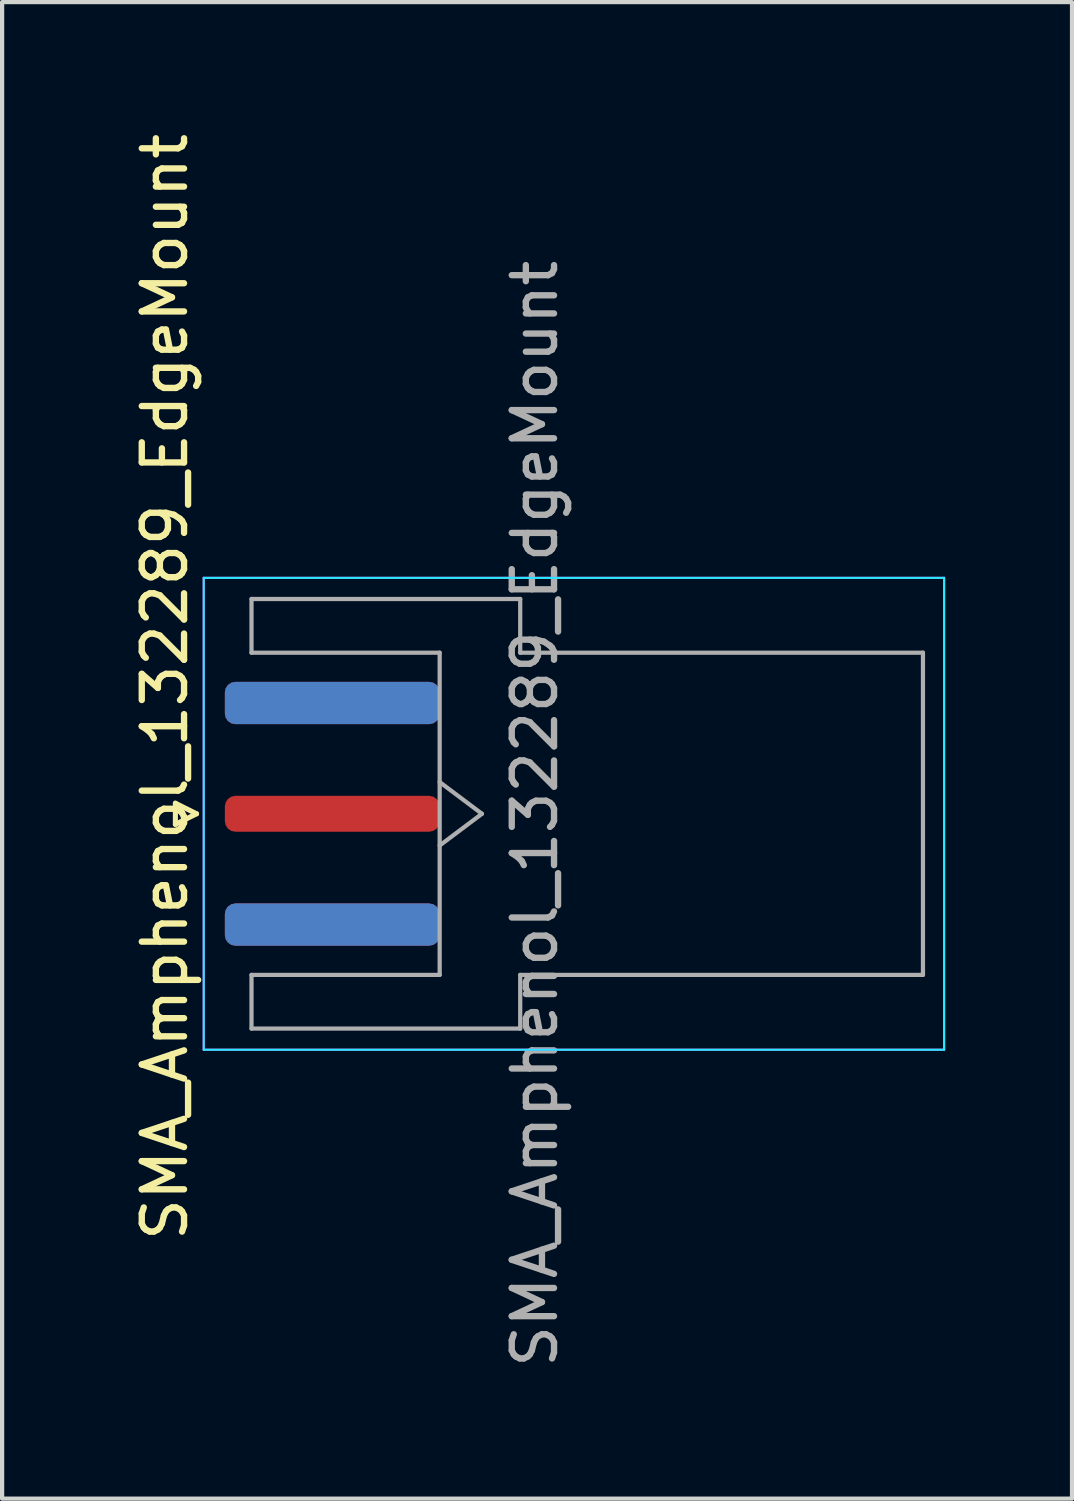
<source format=kicad_pcb>
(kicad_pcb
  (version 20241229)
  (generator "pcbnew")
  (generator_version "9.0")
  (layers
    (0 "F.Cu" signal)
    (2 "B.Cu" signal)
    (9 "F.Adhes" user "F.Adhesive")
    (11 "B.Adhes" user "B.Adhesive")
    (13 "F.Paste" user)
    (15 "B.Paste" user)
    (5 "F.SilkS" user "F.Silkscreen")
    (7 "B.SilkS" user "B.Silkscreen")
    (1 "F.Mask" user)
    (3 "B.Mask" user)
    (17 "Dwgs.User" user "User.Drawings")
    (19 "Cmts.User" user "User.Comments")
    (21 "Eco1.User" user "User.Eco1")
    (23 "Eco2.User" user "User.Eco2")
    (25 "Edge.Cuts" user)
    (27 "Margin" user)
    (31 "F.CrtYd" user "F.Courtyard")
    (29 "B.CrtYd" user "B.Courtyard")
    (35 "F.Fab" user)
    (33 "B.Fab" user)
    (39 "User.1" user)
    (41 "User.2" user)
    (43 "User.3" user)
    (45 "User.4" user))
  (footprint "SMA_Amphenol_132289_EdgeMount"
    (layer "F.Cu")
    (at 4.808 16.196)
    (property "Reference" "SMA_Amphenol_132289_EdgeMount" (at -3.96 -3 90) (layer "F.SilkS") (effects (font (size 1 1) (thickness 0.15))))
    (attr smd)
    (fp_line (start -3.71 -0.25) (end -3.71 0.25) (stroke (width 0.12) (type solid)) (layer "F.SilkS"))
    (fp_line (start -3.71 0.25) (end -3.21 0) (stroke (width 0.12) (type solid)) (layer "F.SilkS"))
    (fp_line (start -3.21 0) (end -3.71 -0.25) (stroke (width 0.12) (type solid)) (layer "F.SilkS"))
    (fp_line (start -3.04 5.58) (end -3.04 -5.58) (stroke (width 0.05) (type solid)) (layer "B.CrtYd"))
    (fp_line (start 14.47 -5.58) (end -3.04 -5.58) (stroke (width 0.05) (type solid)) (layer "B.CrtYd"))
    (fp_line (start 14.47 -5.58) (end 14.47 5.58) (stroke (width 0.05) (type solid)) (layer "B.CrtYd"))
    (fp_line (start 14.47 5.58) (end -3.04 5.58) (stroke (width 0.05) (type solid)) (layer "B.CrtYd"))
    (fp_line (start -3.04 5.58) (end -3.04 -5.58) (stroke (width 0.05) (type solid)) (layer "F.CrtYd"))
    (fp_line (start 14.47 -5.58) (end -3.04 -5.58) (stroke (width 0.05) (type solid)) (layer "F.CrtYd"))
    (fp_line (start 14.47 -5.58) (end 14.47 5.58) (stroke (width 0.05) (type solid)) (layer "F.CrtYd"))
    (fp_line (start 14.47 5.58) (end -3.04 5.58) (stroke (width 0.05) (type solid)) (layer "F.CrtYd"))
    (fp_line (start -1.91 -5.08) (end -1.91 -3.81) (stroke (width 0.1) (type solid)) (layer "F.Fab"))
    (fp_line (start -1.91 -5.08) (end 4.445 -5.08) (stroke (width 0.1) (type solid)) (layer "F.Fab"))
    (fp_line (start -1.91 -3.81) (end 2.54 -3.81) (stroke (width 0.1) (type solid)) (layer "F.Fab"))
    (fp_line (start -1.91 3.81) (end -1.91 5.08) (stroke (width 0.1) (type solid)) (layer "F.Fab"))
    (fp_line (start -1.91 5.08) (end 4.445 5.08) (stroke (width 0.1) (type solid)) (layer "F.Fab"))
    (fp_line (start 2.54 -3.81) (end 2.54 3.81) (stroke (width 0.1) (type solid)) (layer "F.Fab"))
    (fp_line (start 2.54 -0.75) (end 3.54 0) (stroke (width 0.1) (type solid)) (layer "F.Fab"))
    (fp_line (start 2.54 3.81) (end -1.91 3.81) (stroke (width 0.1) (type solid)) (layer "F.Fab"))
    (fp_line (start 3.54 0) (end 2.54 0.75) (stroke (width 0.1) (type solid)) (layer "F.Fab"))
    (fp_line (start 4.445 -3.81) (end 4.445 -5.08) (stroke (width 0.1) (type solid)) (layer "F.Fab"))
    (fp_line (start 4.445 -3.81) (end 13.97 -3.81) (stroke (width 0.1) (type solid)) (layer "F.Fab"))
    (fp_line (start 4.445 5.08) (end 4.445 3.81) (stroke (width 0.1) (type solid)) (layer "F.Fab"))
    (fp_line (start 13.97 -3.81) (end 13.97 3.81) (stroke (width 0.1) (type solid)) (layer "F.Fab"))
    (fp_line (start 13.97 3.81) (end 4.445 3.81) (stroke (width 0.1) (type solid)) (layer "F.Fab"))
    (fp_text user "${REFERENCE}" (at 4.79 0 270) (layer "F.Fab") (effects (font (size 1 1) (thickness 0.15))))
    (pad "1" smd roundrect (at 0 0 90) (size 0.85 5.08) (layers "F.Cu" "F.Mask" "F.Paste") (roundrect_rratio 0.294))
    (pad "2" smd roundrect (at 0 -2.62 90) (size 1 5.08) (layers "F.Cu" "F.Mask" "F.Paste") (roundrect_rratio 0.25))
    (pad "2" smd roundrect (at 0 -2.62 90) (size 1 5.08) (layers "B.Cu" "B.Mask" "B.Paste") (roundrect_rratio 0.25))
    (pad "2" smd roundrect (at 0 2.62 90) (size 1 5.08) (layers "F.Cu" "F.Mask" "F.Paste") (roundrect_rratio 0.25))
    (pad "2" smd roundrect (at 0 2.62 90) (size 1 5.08) (layers "B.Cu" "B.Mask" "B.Paste") (roundrect_rratio 0.25)))
  (gr_rect
    (start -3 -3)
    (end 22.303 32.393)
    (stroke (width 0.1) (type default))
    (fill no)
    (layer "Edge.Cuts")))
</source>
